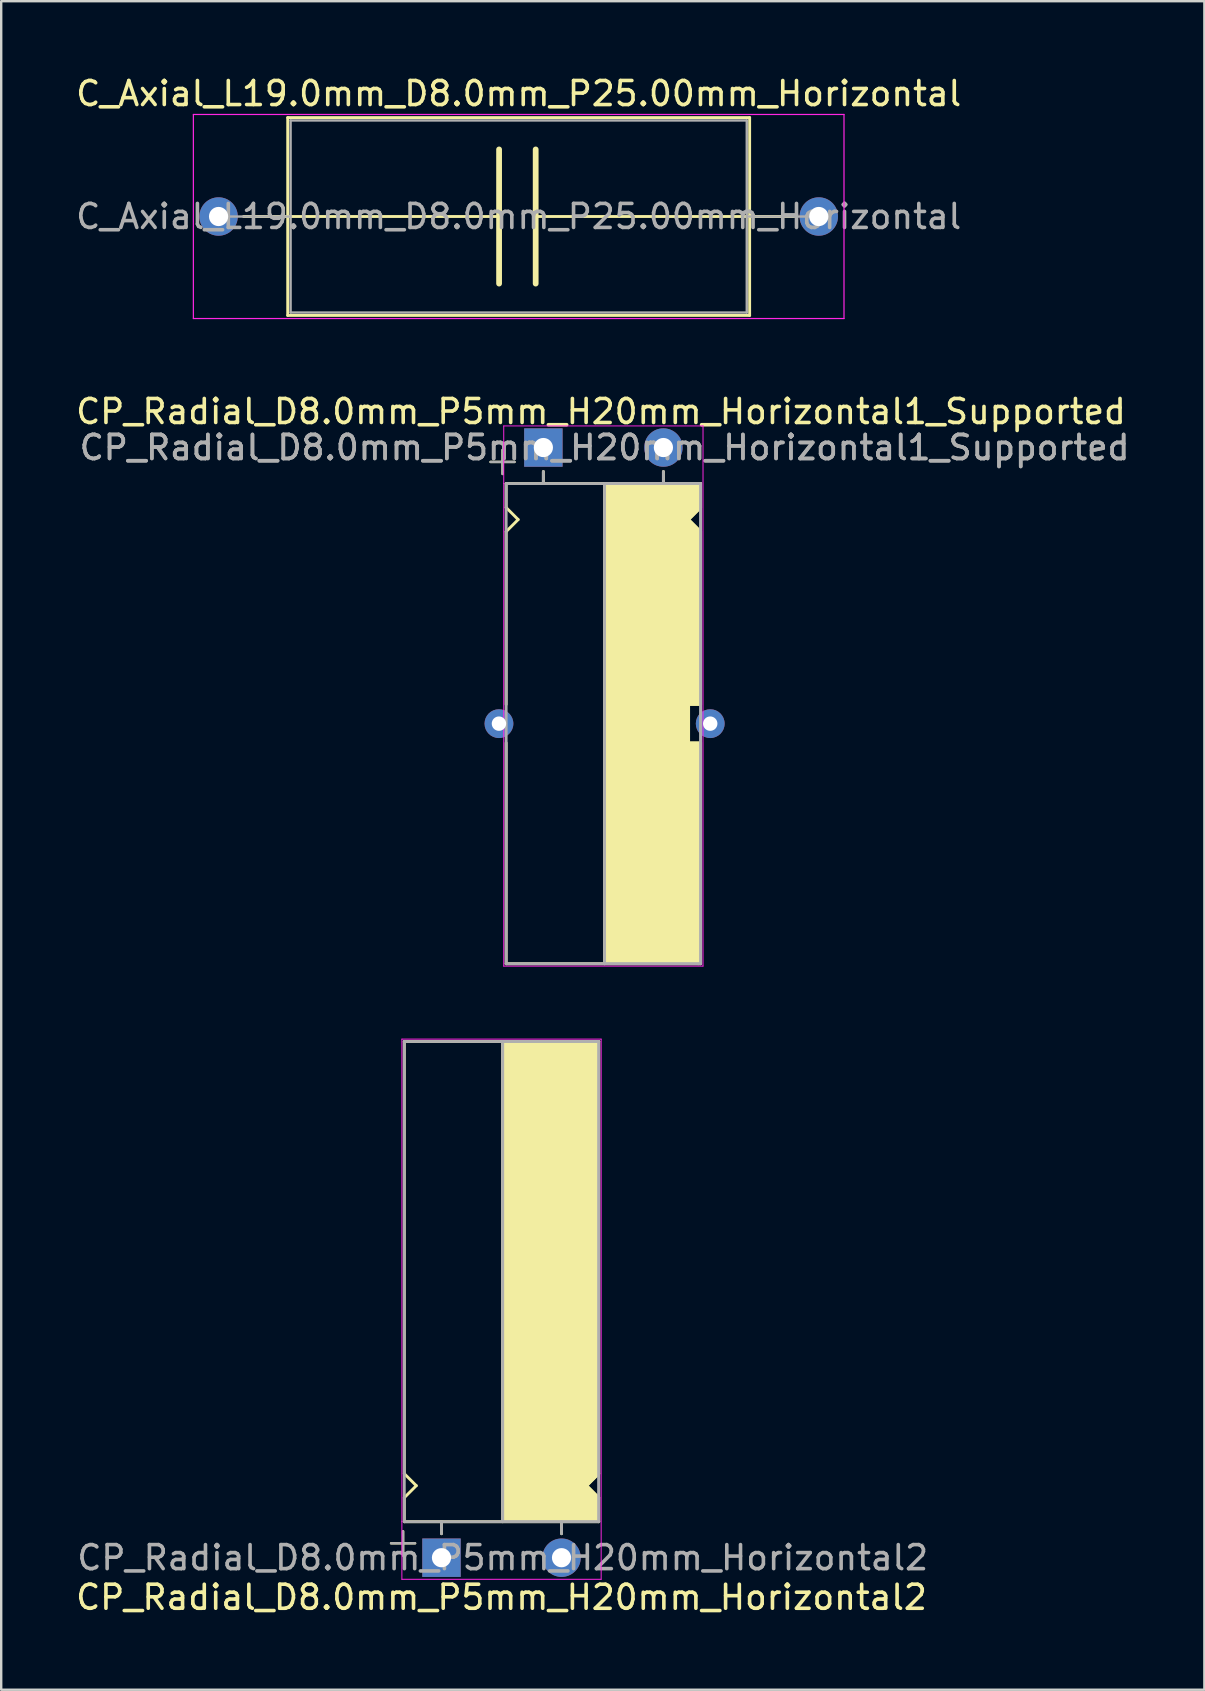
<source format=kicad_pcb>
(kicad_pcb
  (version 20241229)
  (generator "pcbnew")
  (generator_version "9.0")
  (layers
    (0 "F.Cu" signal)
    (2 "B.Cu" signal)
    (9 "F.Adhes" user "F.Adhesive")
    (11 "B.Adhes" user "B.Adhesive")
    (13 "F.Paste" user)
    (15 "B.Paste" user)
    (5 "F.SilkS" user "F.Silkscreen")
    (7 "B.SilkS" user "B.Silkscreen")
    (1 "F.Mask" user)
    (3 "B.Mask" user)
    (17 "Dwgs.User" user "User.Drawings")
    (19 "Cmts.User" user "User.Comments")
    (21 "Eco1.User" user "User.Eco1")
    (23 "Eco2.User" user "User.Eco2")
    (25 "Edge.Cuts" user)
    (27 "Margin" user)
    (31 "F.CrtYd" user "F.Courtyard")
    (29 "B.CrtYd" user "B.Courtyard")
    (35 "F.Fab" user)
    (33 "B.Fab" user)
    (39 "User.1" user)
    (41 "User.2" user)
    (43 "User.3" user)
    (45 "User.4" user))
  (footprint "CP_Radial_D8.0mm_P5mm_H20mm_Horizontal2"
    (layer "F.Cu")
    (at 16.139 61.831)
    (property "Reference" "CP_Radial_D8.0mm_P5mm_H20mm_Horizontal2" (at 1.7 1.65 0) (layer "F.SilkS") (effects (font (size 1 1) (thickness 0.15))))
    (attr through_hole)
    (fp_line (start -2.9 -0.6) (end -1.9 -0.6) (stroke (width 0.1) (type solid)) (layer "F.SilkS"))
    (fp_line (start -2.4 -0.1) (end -2.4 -1.1) (stroke (width 0.1) (type solid)) (layer "F.SilkS"))
    (fp_line (start -2.35 -21.5) (end 5.65 -21.5) (stroke (width 0.12) (type solid)) (layer "F.SilkS"))
    (fp_line (start -2.35 -3.5) (end -2.35 -21.5) (stroke (width 0.12) (type solid)) (layer "F.SilkS"))
    (fp_line (start -2.35 -3.5) (end -1.85 -3) (stroke (width 0.12) (type solid)) (layer "F.SilkS"))
    (fp_line (start -2.35 -2.5) (end -2.35 -1.5) (stroke (width 0.12) (type solid)) (layer "F.SilkS"))
    (fp_line (start -2.35 -1.5) (end 5.75 -1.5) (stroke (width 0.12) (type solid)) (layer "F.SilkS"))
    (fp_line (start -1.85 -3) (end -2.35 -2.5) (stroke (width 0.12) (type solid)) (layer "F.SilkS"))
    (fp_line (start -0.8 -1) (end -0.8 -1.5) (stroke (width 0.12) (type solid)) (layer "F.SilkS"))
    (fp_line (start 1.75 -21.5) (end 1.75 -1.5) (stroke (width 0.12) (type solid)) (layer "F.SilkS"))
    (fp_line (start 4.2 -1) (end 4.2 -1.5) (stroke (width 0.12) (type solid)) (layer "F.SilkS"))
    (fp_line (start 5.25 -3) (end 5.75 -2.5) (stroke (width 0.12) (type solid)) (layer "F.SilkS"))
    (fp_line (start 5.75 -21.5) (end 5.65 -21.5) (stroke (width 0.12) (type solid)) (layer "F.SilkS"))
    (fp_line (start 5.75 -3.5) (end 5.25 -3) (stroke (width 0.12) (type solid)) (layer "F.SilkS"))
    (fp_line (start 5.75 -3.5) (end 5.75 -21.5) (stroke (width 0.12) (type solid)) (layer "F.SilkS"))
    (fp_line (start 5.75 -2.5) (end 5.75 -1.5) (stroke (width 0.12) (type solid)) (layer "F.SilkS"))
    (fp_poly (pts (xy 5.75 -2.5) (xy 5.25 -3) (xy 5.75 -3.5) (xy 5.75 -21.5) (xy 1.75 -21.5) (xy 1.75 -1.5) (xy 5.75 -1.5)) (stroke (width 0.1) (type solid)) (fill yes) (layer "F.SilkS"))
    (fp_line (start -2.45 -21.6) (end -2.45 -1.5) (stroke (width 0.04) (type solid)) (layer "F.CrtYd"))
    (fp_line (start -2.45 -1.5) (end -2.45 0.9) (stroke (width 0.04) (type solid)) (layer "F.CrtYd"))
    (fp_line (start -2.45 0.9) (end 5.85 0.9) (stroke (width 0.04) (type solid)) (layer "F.CrtYd"))
    (fp_line (start 5.85 -21.6) (end -2.45 -21.6) (stroke (width 0.04) (type solid)) (layer "F.CrtYd"))
    (fp_line (start 5.85 0.9) (end 5.85 -21.6) (stroke (width 0.04) (type solid)) (layer "F.CrtYd"))
    (fp_line (start -2.9 -0.6) (end -1.9 -0.6) (stroke (width 0.1) (type solid)) (layer "F.Fab"))
    (fp_line (start -2.4 -0.1) (end -2.4 -1.1) (stroke (width 0.1) (type solid)) (layer "F.Fab"))
    (fp_line (start -2.35 -21.5) (end -2.35 -1.5) (stroke (width 0.12) (type solid)) (layer "F.Fab"))
    (fp_line (start -2.35 -1.5) (end 5.75 -1.5) (stroke (width 0.12) (type solid)) (layer "F.Fab"))
    (fp_line (start -0.8 -1.5) (end -0.8 -1) (stroke (width 0.12) (type solid)) (layer "F.Fab"))
    (fp_line (start 1.75 -1.5) (end 1.75 -21.5) (stroke (width 0.12) (type solid)) (layer "F.Fab"))
    (fp_line (start 4.2 -1.5) (end 4.2 -1) (stroke (width 0.12) (type solid)) (layer "F.Fab"))
    (fp_line (start 5.75 -21.5) (end -2.35 -21.5) (stroke (width 0.12) (type solid)) (layer "F.Fab"))
    (fp_line (start 5.75 -1.5) (end 5.75 -21.5) (stroke (width 0.12) (type solid)) (layer "F.Fab"))
    (fp_poly (pts (xy 5.75 -21.5) (xy 1.75 -21.5) (xy 1.75 -1.5) (xy 5.75 -1.5)) (stroke (width 0.1) (type solid)) (fill no) (layer "F.Fab"))
    (fp_text user "${REFERENCE}" (at 1.75 0 0) (layer "F.Fab") (effects (font (size 1 1) (thickness 0.15))))
    (pad "1" thru_hole rect (at -0.8 0) (size 1.6 1.6) (drill 0.8) (layers "*.Cu" "*.Mask"))
    (pad "2" thru_hole circle (at 4.2 0) (size 1.6 1.6) (drill 0.8) (layers "*.Cu" "*.Mask")))
  (footprint "CP_Radial_D8.0mm_P5mm_H20mm_Horizontal1_Supported"
    (layer "F.Cu")
    (at 20.382 15.591)
    (property "Reference" "CP_Radial_D8.0mm_P5mm_H20mm_Horizontal1_Supported" (at 1.6 -1.5 0) (layer "F.SilkS") (effects (font (size 1 1) (thickness 0.15))))
    (attr through_hole)
    (fp_line (start -3 0.6) (end -2 0.6) (stroke (width 0.1) (type solid)) (layer "F.SilkS"))
    (fp_line (start -2.5 1.1) (end -2.5 0.1) (stroke (width 0.1) (type solid)) (layer "F.SilkS"))
    (fp_line (start -2.35 1.5) (end -2.35 2.5) (stroke (width 0.12) (type solid)) (layer "F.SilkS"))
    (fp_line (start -2.35 1.5) (end 5.75 1.5) (stroke (width 0.12) (type solid)) (layer "F.SilkS"))
    (fp_line (start -2.35 2.5) (end -1.85 3) (stroke (width 0.12) (type solid)) (layer "F.SilkS"))
    (fp_line (start -2.35 10.7) (end -2.35 3.5) (stroke (width 0.12) (type solid)) (layer "F.SilkS"))
    (fp_line (start -2.35 12.3) (end -2.35 21.5) (stroke (width 0.12) (type solid)) (layer "F.SilkS"))
    (fp_line (start -2.35 21.5) (end 5.65 21.5) (stroke (width 0.12) (type solid)) (layer "F.SilkS"))
    (fp_line (start -1.85 3) (end -2.35 3.5) (stroke (width 0.12) (type solid)) (layer "F.SilkS"))
    (fp_line (start -0.8 1) (end -0.8 1.5) (stroke (width 0.12) (type solid)) (layer "F.SilkS"))
    (fp_line (start 1.75 21.5) (end 1.75 1.5) (stroke (width 0.12) (type solid)) (layer "F.SilkS"))
    (fp_line (start 4.2 1) (end 4.2 1.5) (stroke (width 0.12) (type solid)) (layer "F.SilkS"))
    (fp_line (start 5.25 3) (end 5.75 2.5) (stroke (width 0.12) (type solid)) (layer "F.SilkS"))
    (fp_line (start 5.25 10.7) (end 5.25 12.3) (stroke (width 0.12) (type solid)) (layer "F.SilkS"))
    (fp_line (start 5.25 12.3) (end 5.75 12.3) (stroke (width 0.12) (type solid)) (layer "F.SilkS"))
    (fp_line (start 5.75 2.5) (end 5.75 1.5) (stroke (width 0.12) (type solid)) (layer "F.SilkS"))
    (fp_line (start 5.75 3.5) (end 5.25 3) (stroke (width 0.12) (type solid)) (layer "F.SilkS"))
    (fp_line (start 5.75 10.7) (end 5.25 10.7) (stroke (width 0.12) (type solid)) (layer "F.SilkS"))
    (fp_line (start 5.75 10.7) (end 5.75 3.5) (stroke (width 0.12) (type solid)) (layer "F.SilkS"))
    (fp_line (start 5.75 12.3) (end 5.75 21.5) (stroke (width 0.12) (type solid)) (layer "F.SilkS"))
    (fp_line (start 5.75 21.5) (end 5.65 21.5) (stroke (width 0.12) (type solid)) (layer "F.SilkS"))
    (fp_poly (pts (xy 5.75 2.5) (xy 5.25 3) (xy 5.75 3.5) (xy 5.75 10.7) (xy 5.25 10.7) (xy 5.25 12.3) (xy 5.75 12.3) (xy 5.75 21.5) (xy 1.75 21.5) (xy 1.75 1.5) (xy 5.75 1.5)) (stroke (width 0.1) (type solid)) (fill yes) (layer "F.SilkS"))
    (fp_line (start -2.45 -0.9) (end 5.85 -0.9) (stroke (width 0.04) (type solid)) (layer "F.CrtYd"))
    (fp_line (start -2.45 1.5) (end -2.45 -0.9) (stroke (width 0.04) (type solid)) (layer "F.CrtYd"))
    (fp_line (start -2.45 21.6) (end -2.45 1.5) (stroke (width 0.04) (type solid)) (layer "F.CrtYd"))
    (fp_line (start 5.85 -0.9) (end 5.85 21.6) (stroke (width 0.04) (type solid)) (layer "F.CrtYd"))
    (fp_line (start 5.85 21.6) (end -2.45 21.6) (stroke (width 0.04) (type solid)) (layer "F.CrtYd"))
    (fp_line (start -3 0.6) (end -2 0.6) (stroke (width 0.1) (type solid)) (layer "F.Fab"))
    (fp_line (start -2.5 1.1) (end -2.5 0.1) (stroke (width 0.1) (type solid)) (layer "F.Fab"))
    (fp_line (start -2.35 1.5) (end 5.75 1.5) (stroke (width 0.12) (type solid)) (layer "F.Fab"))
    (fp_line (start -2.35 21.5) (end -2.35 1.5) (stroke (width 0.12) (type solid)) (layer "F.Fab"))
    (fp_line (start -0.8 1.5) (end -0.8 1) (stroke (width 0.12) (type solid)) (layer "F.Fab"))
    (fp_line (start 1.75 1.5) (end 1.75 21.5) (stroke (width 0.12) (type solid)) (layer "F.Fab"))
    (fp_line (start 4.2 1.5) (end 4.2 1) (stroke (width 0.12) (type solid)) (layer "F.Fab"))
    (fp_line (start 5.75 1.5) (end 5.75 21.5) (stroke (width 0.12) (type solid)) (layer "F.Fab"))
    (fp_line (start 5.75 21.5) (end -2.35 21.5) (stroke (width 0.12) (type solid)) (layer "F.Fab"))
    (fp_poly (pts (xy 5.75 21.5) (xy 1.75 21.5) (xy 1.75 1.5) (xy 5.75 1.5)) (stroke (width 0.1) (type solid)) (fill no) (layer "F.Fab"))
    (fp_text user "${REFERENCE}" (at 1.75 0 0) (layer "F.Fab") (effects (font (size 1 1) (thickness 0.15))))
    (fp_text user "${REFERENCE}" (at 1.75 0 0) (layer "F.Fab") (effects (font (size 1 1) (thickness 0.15))))
    (pad "" thru_hole circle (at -2.65 11.5) (size 1.2 1.2) (drill 0.6) (layers "*.Cu" "*.Mask"))
    (pad "" thru_hole circle (at 6.15 11.5) (size 1.2 1.2) (drill 0.6) (layers "*.Cu" "*.Mask"))
    (pad "1" thru_hole rect (at -0.8 0) (size 1.6 1.6) (drill 0.8) (layers "*.Cu" "*.Mask"))
    (pad "2" thru_hole circle (at 4.2 0) (size 1.6 1.6) (drill 0.8) (layers "*.Cu" "*.Mask")))
  (footprint "C_Axial_L19.0mm_D8.0mm_P25.00mm_Horizontal"
    (layer "F.Cu")
    (at 6.054 5.968)
    (property "Reference" "C_Axial_L19.0mm_D8.0mm_P25.00mm_Horizontal" (at 12.5 -5.12 0) (layer "F.SilkS") (effects (font (size 1 1) (thickness 0.15))))
    (attr through_hole)
    (fp_line (start 1.04 0) (end 2.88 0) (stroke (width 0.12) (type solid)) (layer "F.SilkS"))
    (fp_line (start 2.88 -4.12) (end 2.88 4.12) (stroke (width 0.12) (type solid)) (layer "F.SilkS"))
    (fp_line (start 2.88 0) (end 11.684 0) (stroke (width 0.12) (type solid)) (layer "F.SilkS"))
    (fp_line (start 2.88 4.12) (end 22.12 4.12) (stroke (width 0.12) (type solid)) (layer "F.SilkS"))
    (fp_line (start 11.684 -2.794) (end 11.684 2.794) (stroke (width 0.24) (type solid)) (layer "F.SilkS"))
    (fp_line (start 13.208 2.794) (end 13.208 -2.794) (stroke (width 0.24) (type solid)) (layer "F.SilkS"))
    (fp_line (start 22.12 -4.12) (end 2.88 -4.12) (stroke (width 0.12) (type solid)) (layer "F.SilkS"))
    (fp_line (start 22.12 0) (end 13.208 0) (stroke (width 0.12) (type solid)) (layer "F.SilkS"))
    (fp_line (start 22.12 4.12) (end 22.12 -4.12) (stroke (width 0.12) (type solid)) (layer "F.SilkS"))
    (fp_line (start 23.96 0) (end 22.12 0) (stroke (width 0.12) (type solid)) (layer "F.SilkS"))
    (fp_line (start -1.05 -4.25) (end -1.05 4.25) (stroke (width 0.05) (type solid)) (layer "F.CrtYd"))
    (fp_line (start -1.05 4.25) (end 26.05 4.25) (stroke (width 0.05) (type solid)) (layer "F.CrtYd"))
    (fp_line (start 26.05 -4.25) (end -1.05 -4.25) (stroke (width 0.05) (type solid)) (layer "F.CrtYd"))
    (fp_line (start 26.05 4.25) (end 26.05 -4.25) (stroke (width 0.05) (type solid)) (layer "F.CrtYd"))
    (fp_line (start 0 0) (end 3 0) (stroke (width 0.1) (type solid)) (layer "F.Fab"))
    (fp_line (start 3 -4) (end 3 4) (stroke (width 0.1) (type solid)) (layer "F.Fab"))
    (fp_line (start 3 4) (end 22 4) (stroke (width 0.1) (type solid)) (layer "F.Fab"))
    (fp_line (start 22 -4) (end 3 -4) (stroke (width 0.1) (type solid)) (layer "F.Fab"))
    (fp_line (start 22 4) (end 22 -4) (stroke (width 0.1) (type solid)) (layer "F.Fab"))
    (fp_line (start 25 0) (end 22 0) (stroke (width 0.1) (type solid)) (layer "F.Fab"))
    (fp_text user "${REFERENCE}" (at 12.5 0 0) (layer "F.Fab") (effects (font (size 1 1) (thickness 0.15))))
    (pad "1" thru_hole circle (at 0 0) (size 1.6 1.6) (drill 0.8) (layers "*.Cu" "*.Mask"))
    (pad "2" thru_hole oval (at 25 0) (size 1.6 1.6) (drill 0.8) (layers "*.Cu" "*.Mask")))
  (gr_rect
    (start -3 -3)
    (end 47.114 67.33)
    (stroke (width 0.1) (type default))
    (fill no)
    (layer "Edge.Cuts")))
</source>
